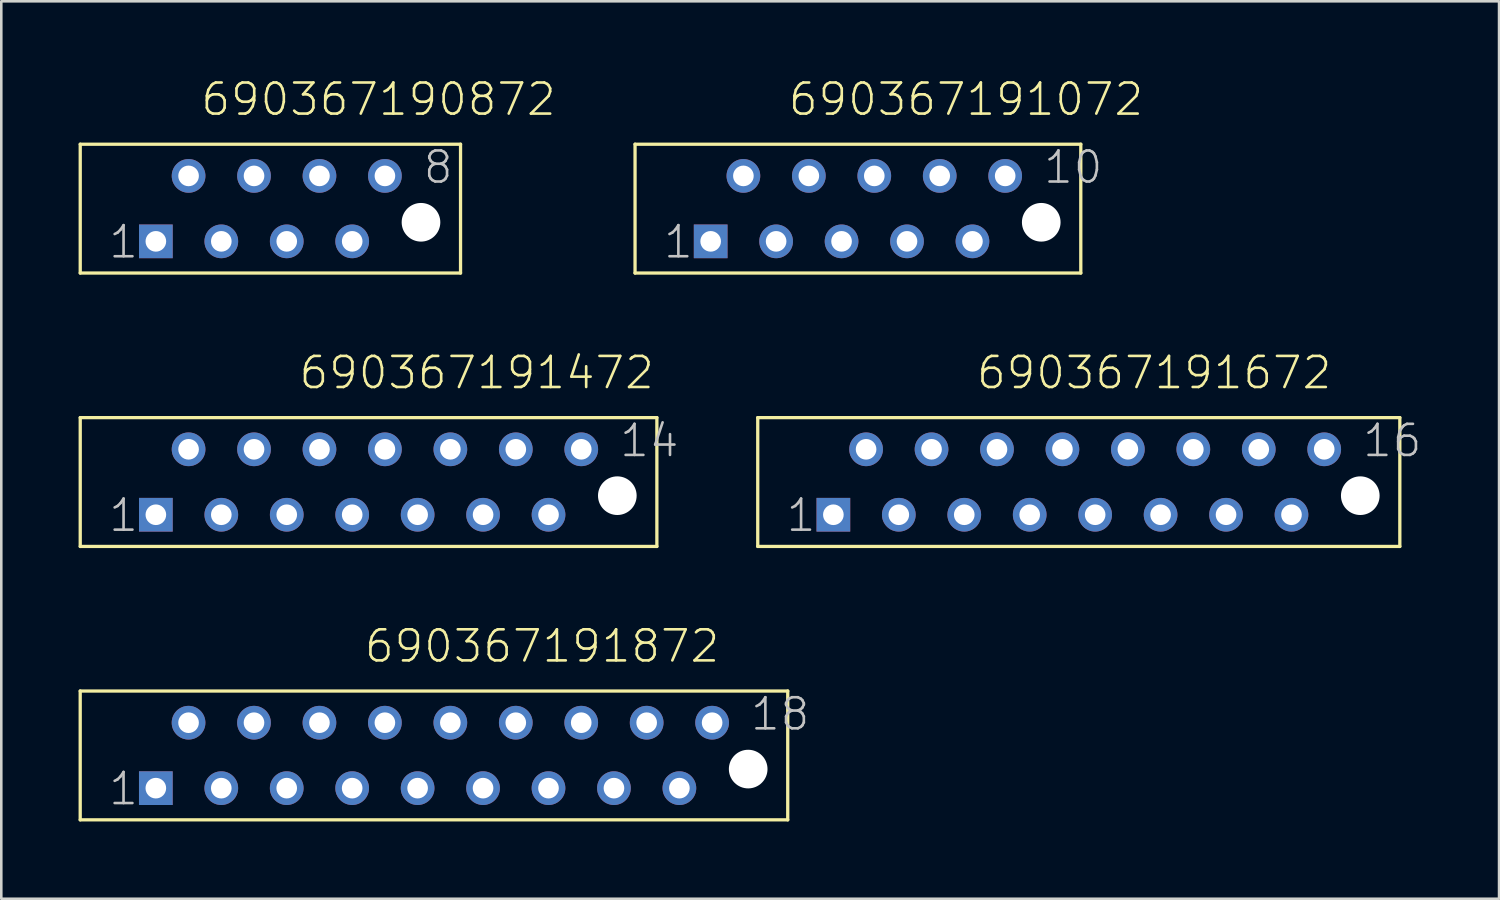
<source format=kicad_pcb>
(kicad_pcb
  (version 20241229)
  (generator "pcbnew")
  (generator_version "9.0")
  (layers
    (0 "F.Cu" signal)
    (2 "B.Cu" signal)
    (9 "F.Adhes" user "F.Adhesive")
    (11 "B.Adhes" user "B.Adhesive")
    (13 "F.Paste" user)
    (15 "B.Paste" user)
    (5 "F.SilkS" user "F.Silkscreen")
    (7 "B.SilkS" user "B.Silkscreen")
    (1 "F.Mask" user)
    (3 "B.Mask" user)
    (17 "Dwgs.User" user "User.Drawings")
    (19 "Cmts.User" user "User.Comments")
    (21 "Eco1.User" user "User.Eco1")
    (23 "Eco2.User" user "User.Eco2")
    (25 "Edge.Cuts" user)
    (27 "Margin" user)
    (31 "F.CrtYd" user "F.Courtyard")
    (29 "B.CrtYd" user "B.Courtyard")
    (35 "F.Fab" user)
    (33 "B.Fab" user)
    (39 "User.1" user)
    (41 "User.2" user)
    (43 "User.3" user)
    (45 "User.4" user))
  (footprint "690367191072"
    (layer "F.Cu")
    (at 30.247 5.047)
    (property "Reference" "690367191072" (at -2.762 -3.536 0) (layer "F.SilkS") (effects (font (size 1.206 1.206) (thickness 0.102)) (justify left bottom)))
    (attr through_hole)
    (fp_line (start -8.65 -2.5) (end -8.65 2.5) (stroke (width 0.127) (type solid)) (layer "F.SilkS"))
    (fp_line (start -8.65 2.5) (end 8.65 2.5) (stroke (width 0.127) (type solid)) (layer "F.SilkS"))
    (fp_line (start 8.65 -2.5) (end -8.65 -2.5) (stroke (width 0.127) (type solid)) (layer "F.SilkS"))
    (fp_line (start 8.65 2.5) (end 8.65 -2.5) (stroke (width 0.127) (type solid)) (layer "F.SilkS"))
    (fp_text user "10" (at 7.14 -0.9 0) (layer "Dwgs.User") (effects (font (size 1.206 1.206) (thickness 0.102)) (justify left bottom)))
    (fp_text user "1" (at -7.61 2 0) (layer "Dwgs.User") (effects (font (size 1.206 1.206) (thickness 0.102)) (justify left bottom)))
    (pad "" np_thru_hole circle (at 7.115 0.53) (size 1.5 1.5) (drill 1.5) (layers "*.Cu"))
    (pad "1" thru_hole rect (at -5.715 1.27 180) (size 1.308 1.308) (drill 0.8) (layers "*.Cu" "*.Mask"))
    (pad "2" thru_hole circle (at -4.445 -1.27 180) (size 1.308 1.308) (drill 0.8) (layers "*.Cu" "*.Mask"))
    (pad "3" thru_hole circle (at -3.175 1.27 180) (size 1.308 1.308) (drill 0.8) (layers "*.Cu" "*.Mask"))
    (pad "4" thru_hole circle (at -1.905 -1.27 180) (size 1.308 1.308) (drill 0.8) (layers "*.Cu" "*.Mask"))
    (pad "5" thru_hole circle (at -0.635 1.27 180) (size 1.308 1.308) (drill 0.8) (layers "*.Cu" "*.Mask"))
    (pad "6" thru_hole circle (at 0.635 -1.27 180) (size 1.308 1.308) (drill 0.8) (layers "*.Cu" "*.Mask"))
    (pad "7" thru_hole circle (at 1.905 1.27 180) (size 1.308 1.308) (drill 0.8) (layers "*.Cu" "*.Mask"))
    (pad "8" thru_hole circle (at 3.175 -1.27 180) (size 1.308 1.308) (drill 0.8) (layers "*.Cu" "*.Mask"))
    (pad "9" thru_hole circle (at 4.445 1.27 180) (size 1.308 1.308) (drill 0.8) (layers "*.Cu" "*.Mask"))
    (pad "10" thru_hole circle (at 5.715 -1.27 180) (size 1.308 1.308) (drill 0.8) (layers "*.Cu" "*.Mask")))
  (footprint "690367190872"
    (layer "F.Cu")
    (at 7.444 5.047)
    (property "Reference" "690367190872" (at -2.762 -3.536 0) (layer "F.SilkS") (effects (font (size 1.206 1.206) (thickness 0.102)) (justify left bottom)))
    (attr through_hole)
    (fp_line (start -7.38 -2.5) (end -7.38 2.5) (stroke (width 0.127) (type solid)) (layer "F.SilkS"))
    (fp_line (start -7.38 2.5) (end 7.38 2.5) (stroke (width 0.127) (type solid)) (layer "F.SilkS"))
    (fp_line (start 7.38 -2.5) (end -7.38 -2.5) (stroke (width 0.127) (type solid)) (layer "F.SilkS"))
    (fp_line (start 7.38 2.5) (end 7.38 -2.5) (stroke (width 0.127) (type solid)) (layer "F.SilkS"))
    (fp_text user "8" (at 5.87 -0.9 0) (layer "Dwgs.User") (effects (font (size 1.206 1.206) (thickness 0.102)) (justify left bottom)))
    (fp_text user "1" (at -6.34 2 0) (layer "Dwgs.User") (effects (font (size 1.206 1.206) (thickness 0.102)) (justify left bottom)))
    (pad "" np_thru_hole circle (at 5.845 0.53) (size 1.5 1.5) (drill 1.5) (layers "*.Cu"))
    (pad "1" thru_hole rect (at -4.445 1.27 180) (size 1.308 1.308) (drill 0.8) (layers "*.Cu" "*.Mask"))
    (pad "2" thru_hole circle (at -3.175 -1.27 180) (size 1.308 1.308) (drill 0.8) (layers "*.Cu" "*.Mask"))
    (pad "3" thru_hole circle (at -1.905 1.27 180) (size 1.308 1.308) (drill 0.8) (layers "*.Cu" "*.Mask"))
    (pad "4" thru_hole circle (at -0.635 -1.27 180) (size 1.308 1.308) (drill 0.8) (layers "*.Cu" "*.Mask"))
    (pad "5" thru_hole circle (at 0.635 1.27 180) (size 1.308 1.308) (drill 0.8) (layers "*.Cu" "*.Mask"))
    (pad "6" thru_hole circle (at 1.905 -1.27 180) (size 1.308 1.308) (drill 0.8) (layers "*.Cu" "*.Mask"))
    (pad "7" thru_hole circle (at 3.175 1.27 180) (size 1.308 1.308) (drill 0.8) (layers "*.Cu" "*.Mask"))
    (pad "8" thru_hole circle (at 4.445 -1.27 180) (size 1.308 1.308) (drill 0.8) (layers "*.Cu" "*.Mask")))
  (footprint "690367191472"
    (layer "F.Cu")
    (at 11.254 15.658)
    (property "Reference" "690367191472" (at -2.762 -3.536 0) (layer "F.SilkS") (effects (font (size 1.206 1.206) (thickness 0.102)) (justify left bottom)))
    (attr through_hole)
    (fp_line (start -11.19 -2.5) (end -11.19 2.5) (stroke (width 0.127) (type solid)) (layer "F.SilkS"))
    (fp_line (start -11.19 2.5) (end 11.19 2.5) (stroke (width 0.127) (type solid)) (layer "F.SilkS"))
    (fp_line (start 11.19 -2.5) (end -11.19 -2.5) (stroke (width 0.127) (type solid)) (layer "F.SilkS"))
    (fp_line (start 11.19 2.5) (end 11.19 -2.5) (stroke (width 0.127) (type solid)) (layer "F.SilkS"))
    (fp_text user "14" (at 9.68 -0.9 0) (layer "Dwgs.User") (effects (font (size 1.206 1.206) (thickness 0.102)) (justify left bottom)))
    (fp_text user "1" (at -10.15 2 0) (layer "Dwgs.User") (effects (font (size 1.206 1.206) (thickness 0.102)) (justify left bottom)))
    (pad "" np_thru_hole circle (at 9.655 0.53) (size 1.5 1.5) (drill 1.5) (layers "*.Cu"))
    (pad "1" thru_hole rect (at -8.255 1.27 180) (size 1.308 1.308) (drill 0.8) (layers "*.Cu" "*.Mask"))
    (pad "2" thru_hole circle (at -6.985 -1.27 180) (size 1.308 1.308) (drill 0.8) (layers "*.Cu" "*.Mask"))
    (pad "3" thru_hole circle (at -5.715 1.27 180) (size 1.308 1.308) (drill 0.8) (layers "*.Cu" "*.Mask"))
    (pad "4" thru_hole circle (at -4.445 -1.27 180) (size 1.308 1.308) (drill 0.8) (layers "*.Cu" "*.Mask"))
    (pad "5" thru_hole circle (at -3.175 1.27 180) (size 1.308 1.308) (drill 0.8) (layers "*.Cu" "*.Mask"))
    (pad "6" thru_hole circle (at -1.905 -1.27 180) (size 1.308 1.308) (drill 0.8) (layers "*.Cu" "*.Mask"))
    (pad "7" thru_hole circle (at -0.635 1.27 180) (size 1.308 1.308) (drill 0.8) (layers "*.Cu" "*.Mask"))
    (pad "8" thru_hole circle (at 0.635 -1.27 180) (size 1.308 1.308) (drill 0.8) (layers "*.Cu" "*.Mask"))
    (pad "9" thru_hole circle (at 1.905 1.27 180) (size 1.308 1.308) (drill 0.8) (layers "*.Cu" "*.Mask"))
    (pad "10" thru_hole circle (at 3.175 -1.27 180) (size 1.308 1.308) (drill 0.8) (layers "*.Cu" "*.Mask"))
    (pad "11" thru_hole circle (at 4.445 1.27 180) (size 1.308 1.308) (drill 0.8) (layers "*.Cu" "*.Mask"))
    (pad "12" thru_hole circle (at 5.715 -1.27 180) (size 1.308 1.308) (drill 0.8) (layers "*.Cu" "*.Mask"))
    (pad "13" thru_hole circle (at 6.985 1.27 180) (size 1.308 1.308) (drill 0.8) (layers "*.Cu" "*.Mask"))
    (pad "14" thru_hole circle (at 8.255 -1.27 180) (size 1.308 1.308) (drill 0.8) (layers "*.Cu" "*.Mask")))
  (footprint "690367191872"
    (layer "F.Cu")
    (at 13.793 26.269)
    (property "Reference" "690367191872" (at -2.762 -3.536 0) (layer "F.SilkS") (effects (font (size 1.206 1.206) (thickness 0.102)) (justify left bottom)))
    (attr through_hole)
    (fp_line (start -13.73 -2.5) (end -13.73 2.5) (stroke (width 0.127) (type solid)) (layer "F.SilkS"))
    (fp_line (start -13.73 2.5) (end 13.73 2.5) (stroke (width 0.127) (type solid)) (layer "F.SilkS"))
    (fp_line (start 13.73 -2.5) (end -13.73 -2.5) (stroke (width 0.127) (type solid)) (layer "F.SilkS"))
    (fp_line (start 13.73 2.5) (end 13.73 -2.5) (stroke (width 0.127) (type solid)) (layer "F.SilkS"))
    (fp_text user "18" (at 12.22 -0.9 0) (layer "Dwgs.User") (effects (font (size 1.206 1.206) (thickness 0.102)) (justify left bottom)))
    (fp_text user "1" (at -12.69 2 0) (layer "Dwgs.User") (effects (font (size 1.206 1.206) (thickness 0.102)) (justify left bottom)))
    (pad "" np_thru_hole circle (at 12.195 0.53) (size 1.5 1.5) (drill 1.5) (layers "*.Cu"))
    (pad "1" thru_hole rect (at -10.795 1.27 180) (size 1.308 1.308) (drill 0.8) (layers "*.Cu" "*.Mask"))
    (pad "2" thru_hole circle (at -9.525 -1.27 180) (size 1.308 1.308) (drill 0.8) (layers "*.Cu" "*.Mask"))
    (pad "3" thru_hole circle (at -8.255 1.27 180) (size 1.308 1.308) (drill 0.8) (layers "*.Cu" "*.Mask"))
    (pad "4" thru_hole circle (at -6.985 -1.27 180) (size 1.308 1.308) (drill 0.8) (layers "*.Cu" "*.Mask"))
    (pad "5" thru_hole circle (at -5.715 1.27 180) (size 1.308 1.308) (drill 0.8) (layers "*.Cu" "*.Mask"))
    (pad "6" thru_hole circle (at -4.445 -1.27 180) (size 1.308 1.308) (drill 0.8) (layers "*.Cu" "*.Mask"))
    (pad "7" thru_hole circle (at -3.175 1.27 180) (size 1.308 1.308) (drill 0.8) (layers "*.Cu" "*.Mask"))
    (pad "8" thru_hole circle (at -1.905 -1.27 180) (size 1.308 1.308) (drill 0.8) (layers "*.Cu" "*.Mask"))
    (pad "9" thru_hole circle (at -0.635 1.27 180) (size 1.308 1.308) (drill 0.8) (layers "*.Cu" "*.Mask"))
    (pad "10" thru_hole circle (at 0.635 -1.27 180) (size 1.308 1.308) (drill 0.8) (layers "*.Cu" "*.Mask"))
    (pad "11" thru_hole circle (at 1.905 1.27 180) (size 1.308 1.308) (drill 0.8) (layers "*.Cu" "*.Mask"))
    (pad "12" thru_hole circle (at 3.175 -1.27 180) (size 1.308 1.308) (drill 0.8) (layers "*.Cu" "*.Mask"))
    (pad "13" thru_hole circle (at 4.445 1.27 180) (size 1.308 1.308) (drill 0.8) (layers "*.Cu" "*.Mask"))
    (pad "14" thru_hole circle (at 5.715 -1.27 180) (size 1.308 1.308) (drill 0.8) (layers "*.Cu" "*.Mask"))
    (pad "15" thru_hole circle (at 6.985 1.27 180) (size 1.308 1.308) (drill 0.8) (layers "*.Cu" "*.Mask"))
    (pad "16" thru_hole circle (at 8.255 -1.27 180) (size 1.308 1.308) (drill 0.8) (layers "*.Cu" "*.Mask"))
    (pad "17" thru_hole circle (at 9.525 1.27 180) (size 1.308 1.308) (drill 0.8) (layers "*.Cu" "*.Mask"))
    (pad "18" thru_hole circle (at 10.795 -1.27 180) (size 1.308 1.308) (drill 0.8) (layers "*.Cu" "*.Mask")))
  (footprint "690367191672"
    (layer "F.Cu")
    (at 38.819 15.658)
    (property "Reference" "690367191672" (at -4.032 -3.536 0) (layer "F.SilkS") (effects (font (size 1.206 1.206) (thickness 0.102)) (justify left bottom)))
    (attr through_hole)
    (fp_line (start -12.46 -2.5) (end -12.46 2.5) (stroke (width 0.127) (type solid)) (layer "F.SilkS"))
    (fp_line (start -12.46 2.5) (end 12.46 2.5) (stroke (width 0.127) (type solid)) (layer "F.SilkS"))
    (fp_line (start 12.46 -2.5) (end -12.46 -2.5) (stroke (width 0.127) (type solid)) (layer "F.SilkS"))
    (fp_line (start 12.46 2.5) (end 12.46 -2.5) (stroke (width 0.127) (type solid)) (layer "F.SilkS"))
    (fp_text user "1" (at -11.42 2 0) (layer "Dwgs.User") (effects (font (size 1.206 1.206) (thickness 0.102)) (justify left bottom)))
    (fp_text user "16" (at 10.95 -0.9 0) (layer "Dwgs.User") (effects (font (size 1.206 1.206) (thickness 0.102)) (justify left bottom)))
    (pad "" np_thru_hole circle (at 10.925 0.53) (size 1.5 1.5) (drill 1.5) (layers "*.Cu"))
    (pad "1" thru_hole rect (at -9.525 1.27 180) (size 1.308 1.308) (drill 0.8) (layers "*.Cu" "*.Mask"))
    (pad "2" thru_hole circle (at -8.255 -1.27 180) (size 1.308 1.308) (drill 0.8) (layers "*.Cu" "*.Mask"))
    (pad "3" thru_hole circle (at -6.985 1.27 180) (size 1.308 1.308) (drill 0.8) (layers "*.Cu" "*.Mask"))
    (pad "4" thru_hole circle (at -5.715 -1.27 180) (size 1.308 1.308) (drill 0.8) (layers "*.Cu" "*.Mask"))
    (pad "5" thru_hole circle (at -4.445 1.27 180) (size 1.308 1.308) (drill 0.8) (layers "*.Cu" "*.Mask"))
    (pad "6" thru_hole circle (at -3.175 -1.27 180) (size 1.308 1.308) (drill 0.8) (layers "*.Cu" "*.Mask"))
    (pad "7" thru_hole circle (at -1.905 1.27 180) (size 1.308 1.308) (drill 0.8) (layers "*.Cu" "*.Mask"))
    (pad "8" thru_hole circle (at -0.635 -1.27 180) (size 1.308 1.308) (drill 0.8) (layers "*.Cu" "*.Mask"))
    (pad "9" thru_hole circle (at 0.635 1.27 180) (size 1.308 1.308) (drill 0.8) (layers "*.Cu" "*.Mask"))
    (pad "10" thru_hole circle (at 1.905 -1.27 180) (size 1.308 1.308) (drill 0.8) (layers "*.Cu" "*.Mask"))
    (pad "11" thru_hole circle (at 3.175 1.27 180) (size 1.308 1.308) (drill 0.8) (layers "*.Cu" "*.Mask"))
    (pad "12" thru_hole circle (at 4.445 -1.27 180) (size 1.308 1.308) (drill 0.8) (layers "*.Cu" "*.Mask"))
    (pad "13" thru_hole circle (at 5.715 1.27 180) (size 1.308 1.308) (drill 0.8) (layers "*.Cu" "*.Mask"))
    (pad "14" thru_hole circle (at 6.985 -1.27 180) (size 1.308 1.308) (drill 0.8) (layers "*.Cu" "*.Mask"))
    (pad "15" thru_hole circle (at 8.255 1.27 180) (size 1.308 1.308) (drill 0.8) (layers "*.Cu" "*.Mask"))
    (pad "16" thru_hole circle (at 9.525 -1.27 180) (size 1.308 1.308) (drill 0.8) (layers "*.Cu" "*.Mask")))
  (gr_rect
    (start -3 -3)
    (end 55.13 31.833)
    (stroke (width 0.1) (type default))
    (fill no)
    (layer "Edge.Cuts")))
</source>
